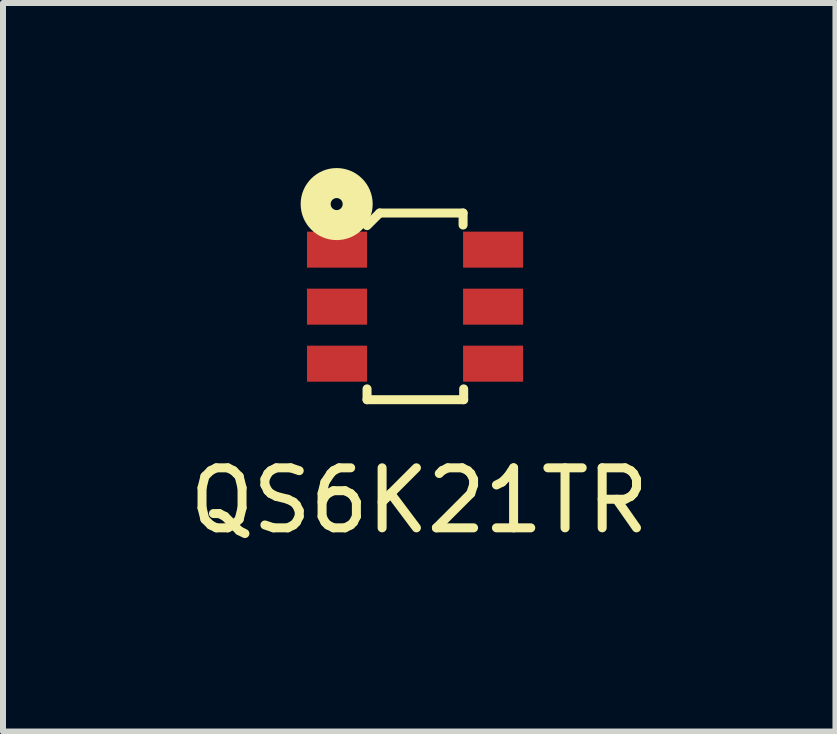
<source format=kicad_pcb>
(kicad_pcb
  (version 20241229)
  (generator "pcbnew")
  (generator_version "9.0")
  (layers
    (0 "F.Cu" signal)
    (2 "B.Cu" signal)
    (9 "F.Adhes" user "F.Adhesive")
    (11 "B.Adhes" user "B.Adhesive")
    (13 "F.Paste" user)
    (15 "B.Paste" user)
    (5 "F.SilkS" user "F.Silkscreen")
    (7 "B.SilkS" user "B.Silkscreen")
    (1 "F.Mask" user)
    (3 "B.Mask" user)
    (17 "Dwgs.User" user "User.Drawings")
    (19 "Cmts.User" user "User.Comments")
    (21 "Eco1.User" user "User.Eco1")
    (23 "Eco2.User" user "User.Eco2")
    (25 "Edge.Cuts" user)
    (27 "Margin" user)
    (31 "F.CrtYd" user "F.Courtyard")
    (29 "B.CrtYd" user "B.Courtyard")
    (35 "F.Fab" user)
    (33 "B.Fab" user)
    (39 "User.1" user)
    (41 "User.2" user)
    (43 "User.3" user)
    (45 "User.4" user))
  (footprint "QS6K21TR"
    (layer "F.Cu")
    (at 2.565 1.109)
    (property "Reference" "QS6K21TR" (at 1.37 4.18 0) (layer "F.SilkS") (effects (font (size 1 1) (thickness 0.15))))
    (attr through_hole)
    (fp_line (start 0.5 -0.4) (end 0.71 -0.61) (stroke (width 0.15) (type solid)) (layer "F.SilkS"))
    (fp_line (start 0.5 2.32) (end 0.5 2.5) (stroke (width 0.15) (type solid)) (layer "F.SilkS"))
    (fp_line (start 0.5 2.5) (end 2.11 2.5) (stroke (width 0.15) (type solid)) (layer "F.SilkS"))
    (fp_line (start 0.71 -0.61) (end 2.1 -0.61) (stroke (width 0.15) (type solid)) (layer "F.SilkS"))
    (fp_line (start 2.1 -0.61) (end 2.1 -0.41) (stroke (width 0.15) (type solid)) (layer "F.SilkS"))
    (fp_line (start 2.11 2.5) (end 2.11 2.32) (stroke (width 0.15) (type solid)) (layer "F.SilkS"))
    (fp_circle (center -0.006 -0.759) (end 0.094 -0.759) (stroke (width 0.5) (type solid)) (fill no) (layer "F.SilkS"))
    (pad "1" smd rect (at 0 0 90) (size 0.6 1) (layers "F.Cu" "F.Mask" "F.Paste"))
    (pad "2" smd rect (at 0 0.95 90) (size 0.6 1) (layers "F.Cu" "F.Mask" "F.Paste"))
    (pad "3" smd rect (at 0 1.9 90) (size 0.6 1) (layers "F.Cu" "F.Mask" "F.Paste"))
    (pad "4" smd rect (at 2.6 1.9 90) (size 0.6 1) (layers "F.Cu" "F.Mask" "F.Paste"))
    (pad "5" smd rect (at 2.6 0.95 90) (size 0.6 1) (layers "F.Cu" "F.Mask" "F.Paste"))
    (pad "6" smd rect (at 2.6 0 90) (size 0.6 1) (layers "F.Cu" "F.Mask" "F.Paste")))
  (gr_rect
    (start -3 -3)
    (end 10.869 9.138)
    (stroke (width 0.1) (type default))
    (fill no)
    (layer "Edge.Cuts")))
</source>
